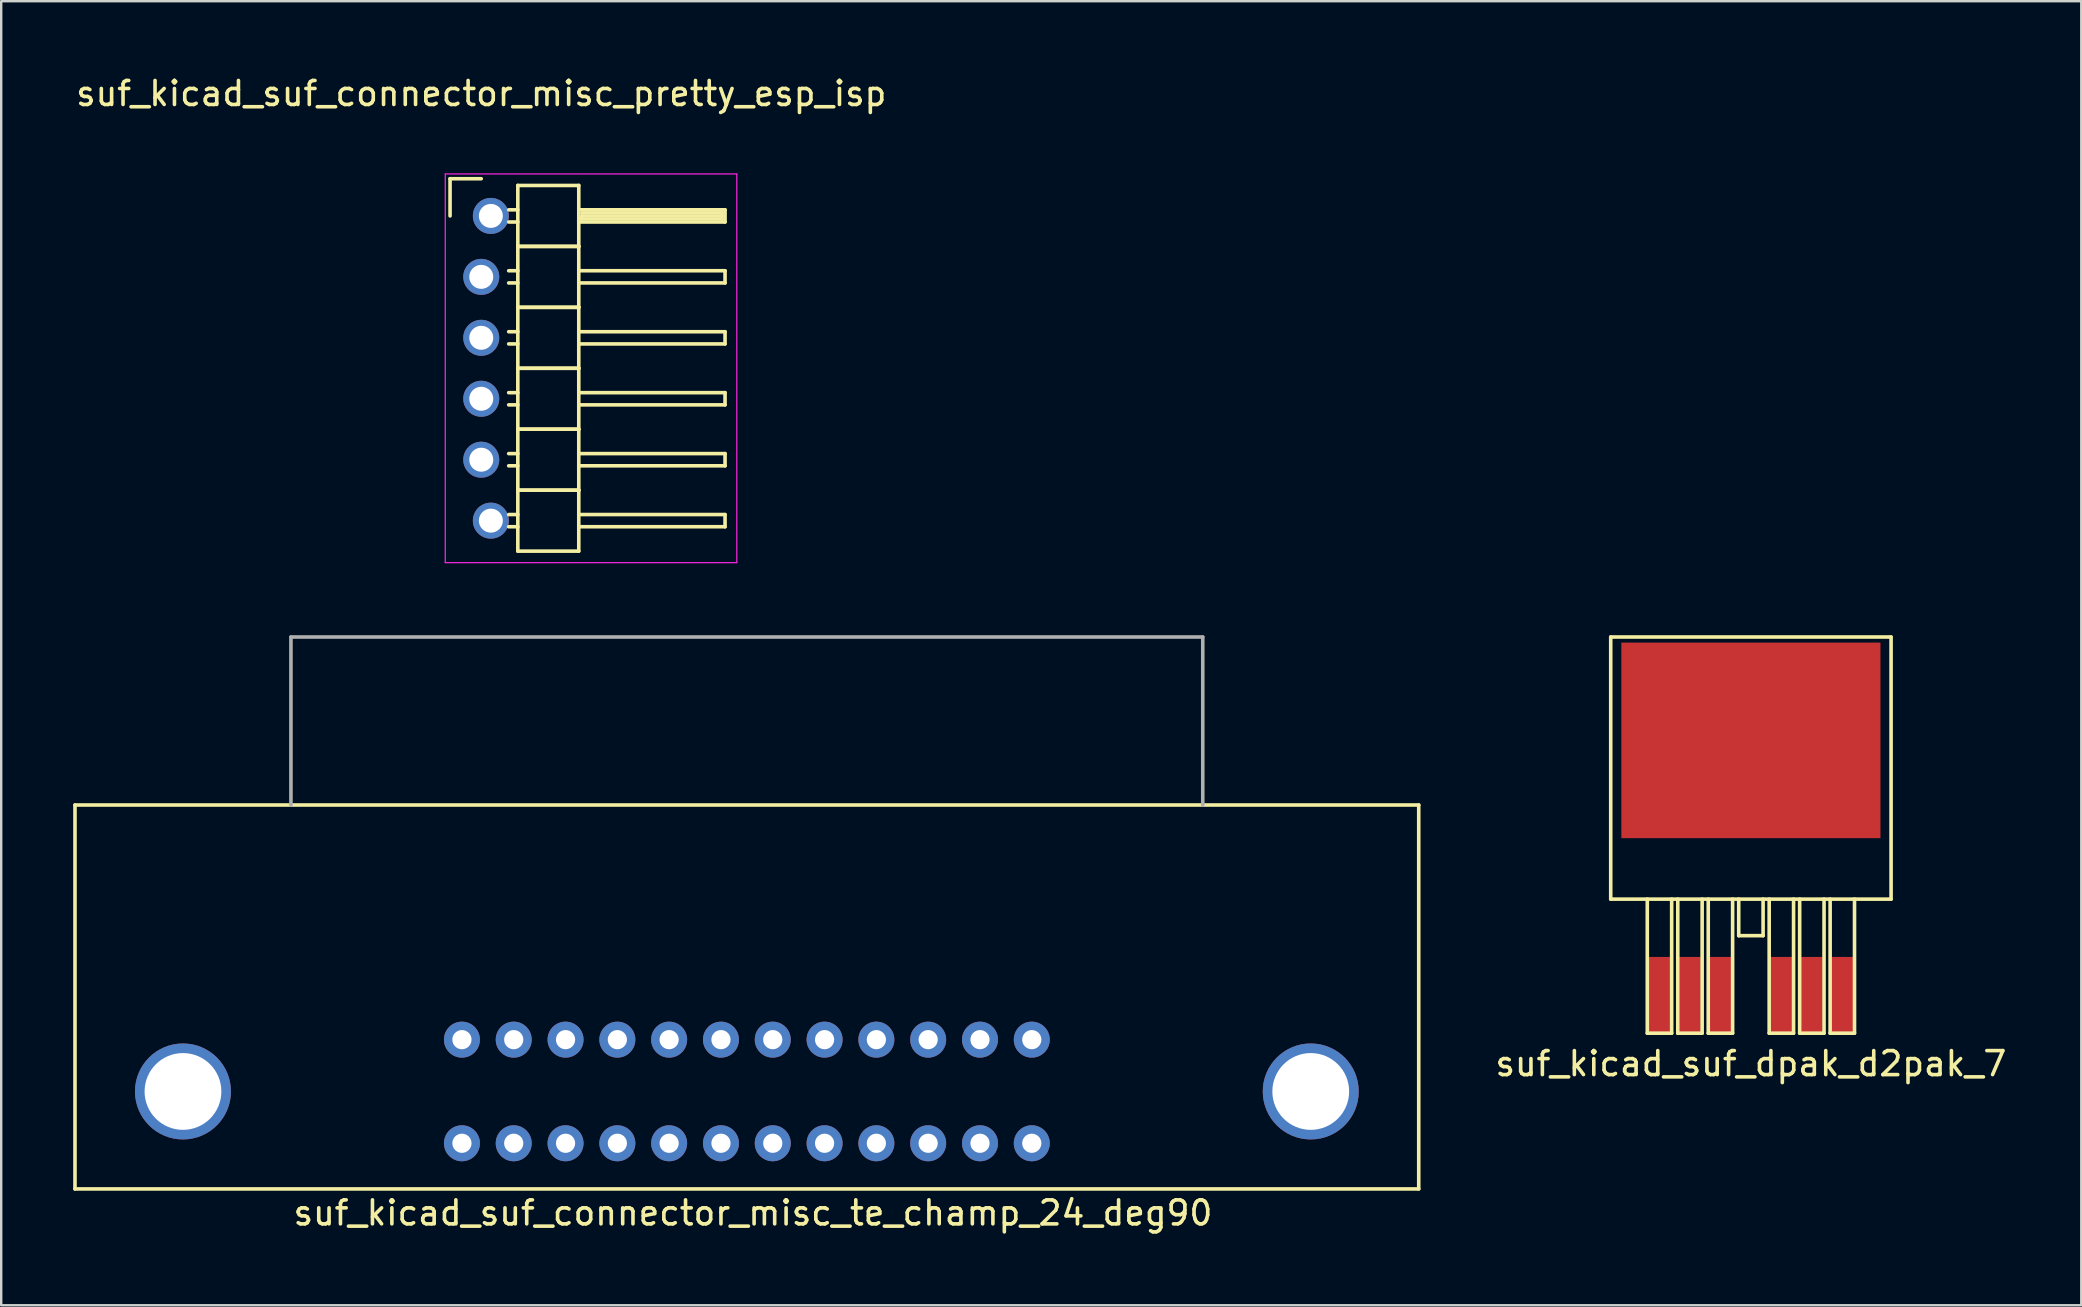
<source format=kicad_pcb>
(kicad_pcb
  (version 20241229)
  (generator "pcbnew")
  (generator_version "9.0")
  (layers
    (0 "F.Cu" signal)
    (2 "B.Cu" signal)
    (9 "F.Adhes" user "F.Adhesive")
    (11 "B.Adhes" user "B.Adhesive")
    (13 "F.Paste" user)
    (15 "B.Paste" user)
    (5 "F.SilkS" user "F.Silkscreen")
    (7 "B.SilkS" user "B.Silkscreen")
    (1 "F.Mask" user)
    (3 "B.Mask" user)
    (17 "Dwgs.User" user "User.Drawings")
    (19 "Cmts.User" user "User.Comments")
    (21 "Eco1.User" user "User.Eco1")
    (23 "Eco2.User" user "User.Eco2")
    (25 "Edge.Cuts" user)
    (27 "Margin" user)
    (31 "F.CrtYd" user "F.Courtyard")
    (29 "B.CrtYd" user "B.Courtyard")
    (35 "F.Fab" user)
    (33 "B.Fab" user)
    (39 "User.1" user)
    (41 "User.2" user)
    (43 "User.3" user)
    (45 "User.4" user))
  (footprint "suf_kicad_suf_dpak_d2pak_7"
    (layer "F.Cu")
    (at 69.918 31.88)
    (property "Reference" "suf_kicad_suf_dpak_d2pak_7" (at 0 9.398 0) (layer "F.SilkS") (effects (font (size 1 1) (thickness 0.15))))
    (attr through_hole)
    (fp_line (start -5.842 -8.382) (end 5.842 -8.382) (stroke (width 0.15) (type solid)) (layer "F.SilkS"))
    (fp_line (start -5.842 2.54) (end -5.842 -8.382) (stroke (width 0.15) (type solid)) (layer "F.SilkS"))
    (fp_line (start -4.318 2.54) (end -4.318 8.128) (stroke (width 0.15) (type solid)) (layer "F.SilkS"))
    (fp_line (start -4.318 8.128) (end -3.302 8.128) (stroke (width 0.15) (type solid)) (layer "F.SilkS"))
    (fp_line (start -3.302 8.128) (end -3.302 2.54) (stroke (width 0.15) (type solid)) (layer "F.SilkS"))
    (fp_line (start -3.048 2.54) (end -3.048 8.128) (stroke (width 0.15) (type solid)) (layer "F.SilkS"))
    (fp_line (start -3.048 8.128) (end -2.032 8.128) (stroke (width 0.15) (type solid)) (layer "F.SilkS"))
    (fp_line (start -2.032 8.128) (end -2.032 2.54) (stroke (width 0.15) (type solid)) (layer "F.SilkS"))
    (fp_line (start -1.778 2.54) (end -1.778 8.128) (stroke (width 0.15) (type solid)) (layer "F.SilkS"))
    (fp_line (start -1.778 8.128) (end -0.762 8.128) (stroke (width 0.15) (type solid)) (layer "F.SilkS"))
    (fp_line (start -0.762 8.128) (end -0.762 2.54) (stroke (width 0.15) (type solid)) (layer "F.SilkS"))
    (fp_line (start -0.508 2.54) (end -0.508 4.064) (stroke (width 0.15) (type solid)) (layer "F.SilkS"))
    (fp_line (start -0.508 4.064) (end 0.508 4.064) (stroke (width 0.15) (type solid)) (layer "F.SilkS"))
    (fp_line (start 0.508 4.064) (end 0.508 2.54) (stroke (width 0.15) (type solid)) (layer "F.SilkS"))
    (fp_line (start 0.762 2.54) (end 0.762 8.128) (stroke (width 0.15) (type solid)) (layer "F.SilkS"))
    (fp_line (start 0.762 8.128) (end 1.778 8.128) (stroke (width 0.15) (type solid)) (layer "F.SilkS"))
    (fp_line (start 1.778 8.128) (end 1.778 2.54) (stroke (width 0.15) (type solid)) (layer "F.SilkS"))
    (fp_line (start 2.032 2.54) (end 2.032 8.128) (stroke (width 0.15) (type solid)) (layer "F.SilkS"))
    (fp_line (start 2.032 8.128) (end 3.048 8.128) (stroke (width 0.15) (type solid)) (layer "F.SilkS"))
    (fp_line (start 3.048 8.128) (end 3.048 2.54) (stroke (width 0.15) (type solid)) (layer "F.SilkS"))
    (fp_line (start 3.302 2.54) (end 3.302 8.128) (stroke (width 0.15) (type solid)) (layer "F.SilkS"))
    (fp_line (start 3.302 8.128) (end 4.318 8.128) (stroke (width 0.15) (type solid)) (layer "F.SilkS"))
    (fp_line (start 4.318 8.128) (end 4.318 2.54) (stroke (width 0.15) (type solid)) (layer "F.SilkS"))
    (fp_line (start 5.842 -8.382) (end 5.842 2.54) (stroke (width 0.15) (type solid)) (layer "F.SilkS"))
    (fp_line (start 5.842 2.54) (end -5.842 2.54) (stroke (width 0.15) (type solid)) (layer "F.SilkS"))
    (pad "1" smd rect (at -3.81 6.55) (size 0.9 3.2) (layers "F.Cu" "F.Mask" "F.Paste"))
    (pad "2" smd rect (at -2.54 6.55) (size 0.9 3.2) (layers "F.Cu" "F.Mask" "F.Paste"))
    (pad "3" smd rect (at -1.27 6.55) (size 0.9 3.2) (layers "F.Cu" "F.Mask" "F.Paste"))
    (pad "4" smd rect (at 0 -4.075) (size 10.8 8.15) (layers "F.Cu" "F.Mask" "F.Paste"))
    (pad "5" smd rect (at 1.27 6.55) (size 0.9 3.2) (layers "F.Cu" "F.Mask" "F.Paste"))
    (pad "6" smd rect (at 2.54 6.55) (size 0.9 3.2) (layers "F.Cu" "F.Mask" "F.Paste"))
    (pad "7" smd rect (at 3.81 6.55) (size 0.9 3.2) (layers "F.Cu" "F.Mask" "F.Paste")))
  (footprint "suf_kicad_suf_connector_misc_te_champ_24_deg90"
    (layer "F.Cu")
    (at 28.075 30.498)
    (property "Reference" "suf_kicad_suf_connector_misc_te_champ_24_deg90" (at 0.254 17 0) (layer "F.SilkS") (effects (font (size 1 1) (thickness 0.15))))
    (attr through_hole)
    (fp_line (start -28 0) (end 28 0) (stroke (width 0.15) (type solid)) (layer "F.SilkS"))
    (fp_line (start -28 16) (end -28 0) (stroke (width 0.15) (type solid)) (layer "F.SilkS"))
    (fp_line (start 28 0) (end 28 16) (stroke (width 0.15) (type solid)) (layer "F.SilkS"))
    (fp_line (start 28 16) (end -28 16) (stroke (width 0.15) (type solid)) (layer "F.SilkS"))
    (fp_line (start -19 -7) (end 19 -7) (stroke (width 0.15) (type solid)) (layer "F.Fab"))
    (fp_line (start -19 0) (end -19 -7) (stroke (width 0.15) (type solid)) (layer "F.Fab"))
    (fp_line (start 19 -7) (end 19 0) (stroke (width 0.15) (type solid)) (layer "F.Fab"))
    (pad "" thru_hole circle (at -23.5 11.938) (size 4 4) (drill 3.2) (layers "*.Cu" "*.Mask"))
    (pad "" thru_hole circle (at 23.5 11.938) (size 4 4) (drill 3.2) (layers "*.Cu" "*.Mask"))
    (pad "1" thru_hole circle (at -11.874 14.097) (size 1.5 1.5) (drill 0.8) (layers "*.Cu" "*.Mask"))
    (pad "2" thru_hole circle (at -9.716 14.097) (size 1.5 1.5) (drill 0.8) (layers "*.Cu" "*.Mask"))
    (pad "3" thru_hole circle (at -7.556 14.097) (size 1.5 1.5) (drill 0.8) (layers "*.Cu" "*.Mask"))
    (pad "4" thru_hole circle (at -5.397 14.097) (size 1.5 1.5) (drill 0.8) (layers "*.Cu" "*.Mask"))
    (pad "5" thru_hole circle (at -3.239 14.097) (size 1.5 1.5) (drill 0.8) (layers "*.Cu" "*.Mask"))
    (pad "6" thru_hole circle (at -1.079 14.097) (size 1.5 1.5) (drill 0.8) (layers "*.Cu" "*.Mask"))
    (pad "7" thru_hole circle (at 1.079 14.097) (size 1.5 1.5) (drill 0.8) (layers "*.Cu" "*.Mask"))
    (pad "8" thru_hole circle (at 3.239 14.097) (size 1.5 1.5) (drill 0.8) (layers "*.Cu" "*.Mask"))
    (pad "9" thru_hole circle (at 5.397 14.097) (size 1.5 1.5) (drill 0.8) (layers "*.Cu" "*.Mask"))
    (pad "10" thru_hole circle (at 7.556 14.097) (size 1.5 1.5) (drill 0.8) (layers "*.Cu" "*.Mask"))
    (pad "11" thru_hole circle (at 9.716 14.097) (size 1.5 1.5) (drill 0.8) (layers "*.Cu" "*.Mask"))
    (pad "12" thru_hole circle (at 11.874 14.097) (size 1.5 1.5) (drill 0.8) (layers "*.Cu" "*.Mask"))
    (pad "13" thru_hole circle (at -11.874 9.779) (size 1.5 1.5) (drill 0.8) (layers "*.Cu" "*.Mask"))
    (pad "14" thru_hole circle (at -9.716 9.779) (size 1.5 1.5) (drill 0.8) (layers "*.Cu" "*.Mask"))
    (pad "15" thru_hole circle (at -7.556 9.779) (size 1.5 1.5) (drill 0.8) (layers "*.Cu" "*.Mask"))
    (pad "16" thru_hole circle (at -5.397 9.779) (size 1.5 1.5) (drill 0.8) (layers "*.Cu" "*.Mask"))
    (pad "17" thru_hole circle (at -3.239 9.779) (size 1.5 1.5) (drill 0.8) (layers "*.Cu" "*.Mask"))
    (pad "18" thru_hole circle (at -1.079 9.779) (size 1.5 1.5) (drill 0.8) (layers "*.Cu" "*.Mask"))
    (pad "19" thru_hole circle (at 1.079 9.779) (size 1.5 1.5) (drill 0.8) (layers "*.Cu" "*.Mask"))
    (pad "20" thru_hole circle (at 3.239 9.779) (size 1.5 1.5) (drill 0.8) (layers "*.Cu" "*.Mask"))
    (pad "21" thru_hole circle (at 5.397 9.779) (size 1.5 1.5) (drill 0.8) (layers "*.Cu" "*.Mask"))
    (pad "22" thru_hole circle (at 7.556 9.779) (size 1.5 1.5) (drill 0.8) (layers "*.Cu" "*.Mask"))
    (pad "23" thru_hole circle (at 9.716 9.779) (size 1.5 1.5) (drill 0.8) (layers "*.Cu" "*.Mask"))
    (pad "24" thru_hole circle (at 11.874 9.779) (size 1.5 1.5) (drill 0.8) (layers "*.Cu" "*.Mask")))
  (footprint "suf_kicad_suf_connector_misc_pretty_esp_isp"
    (layer "F.Cu")
    (at 17.006 5.948)
    (property "Reference" "suf_kicad_suf_connector_misc_pretty_esp_isp" (at 0 -5.1 0) (layer "F.SilkS") (effects (font (size 1 1) (thickness 0.15))))
    (attr through_hole)
    (fp_line (start -1.3 -1.55) (end -1.3 0) (stroke (width 0.15) (type solid)) (layer "F.SilkS"))
    (fp_line (start 0 -1.55) (end -1.3 -1.55) (stroke (width 0.15) (type solid)) (layer "F.SilkS"))
    (fp_line (start 1.524 -1.27) (end 1.524 1.27) (stroke (width 0.15) (type solid)) (layer "F.SilkS"))
    (fp_line (start 1.524 -1.27) (end 4.064 -1.27) (stroke (width 0.15) (type solid)) (layer "F.SilkS"))
    (fp_line (start 1.524 -0.254) (end 1.143 -0.254) (stroke (width 0.15) (type solid)) (layer "F.SilkS"))
    (fp_line (start 1.524 0.254) (end 1.143 0.254) (stroke (width 0.15) (type solid)) (layer "F.SilkS"))
    (fp_line (start 1.524 1.27) (end 1.524 3.81) (stroke (width 0.15) (type solid)) (layer "F.SilkS"))
    (fp_line (start 1.524 1.27) (end 4.064 1.27) (stroke (width 0.15) (type solid)) (layer "F.SilkS"))
    (fp_line (start 1.524 1.27) (end 4.064 1.27) (stroke (width 0.15) (type solid)) (layer "F.SilkS"))
    (fp_line (start 1.524 2.286) (end 1.143 2.286) (stroke (width 0.15) (type solid)) (layer "F.SilkS"))
    (fp_line (start 1.524 2.794) (end 1.143 2.794) (stroke (width 0.15) (type solid)) (layer "F.SilkS"))
    (fp_line (start 1.524 3.81) (end 1.524 6.35) (stroke (width 0.15) (type solid)) (layer "F.SilkS"))
    (fp_line (start 1.524 3.81) (end 4.064 3.81) (stroke (width 0.15) (type solid)) (layer "F.SilkS"))
    (fp_line (start 1.524 3.81) (end 4.064 3.81) (stroke (width 0.15) (type solid)) (layer "F.SilkS"))
    (fp_line (start 1.524 4.826) (end 1.143 4.826) (stroke (width 0.15) (type solid)) (layer "F.SilkS"))
    (fp_line (start 1.524 5.334) (end 1.143 5.334) (stroke (width 0.15) (type solid)) (layer "F.SilkS"))
    (fp_line (start 1.524 6.35) (end 1.524 8.89) (stroke (width 0.15) (type solid)) (layer "F.SilkS"))
    (fp_line (start 1.524 6.35) (end 4.064 6.35) (stroke (width 0.15) (type solid)) (layer "F.SilkS"))
    (fp_line (start 1.524 6.35) (end 4.064 6.35) (stroke (width 0.15) (type solid)) (layer "F.SilkS"))
    (fp_line (start 1.524 7.366) (end 1.143 7.366) (stroke (width 0.15) (type solid)) (layer "F.SilkS"))
    (fp_line (start 1.524 7.874) (end 1.143 7.874) (stroke (width 0.15) (type solid)) (layer "F.SilkS"))
    (fp_line (start 1.524 8.89) (end 1.524 11.43) (stroke (width 0.15) (type solid)) (layer "F.SilkS"))
    (fp_line (start 1.524 8.89) (end 4.064 8.89) (stroke (width 0.15) (type solid)) (layer "F.SilkS"))
    (fp_line (start 1.524 8.89) (end 4.064 8.89) (stroke (width 0.15) (type solid)) (layer "F.SilkS"))
    (fp_line (start 1.524 9.906) (end 1.143 9.906) (stroke (width 0.15) (type solid)) (layer "F.SilkS"))
    (fp_line (start 1.524 10.414) (end 1.143 10.414) (stroke (width 0.15) (type solid)) (layer "F.SilkS"))
    (fp_line (start 1.524 11.43) (end 1.524 13.97) (stroke (width 0.15) (type solid)) (layer "F.SilkS"))
    (fp_line (start 1.524 11.43) (end 4.064 11.43) (stroke (width 0.15) (type solid)) (layer "F.SilkS"))
    (fp_line (start 1.524 11.43) (end 4.064 11.43) (stroke (width 0.15) (type solid)) (layer "F.SilkS"))
    (fp_line (start 1.524 12.446) (end 1.143 12.446) (stroke (width 0.15) (type solid)) (layer "F.SilkS"))
    (fp_line (start 1.524 12.954) (end 1.143 12.954) (stroke (width 0.15) (type solid)) (layer "F.SilkS"))
    (fp_line (start 1.524 13.97) (end 4.064 13.97) (stroke (width 0.15) (type solid)) (layer "F.SilkS"))
    (fp_line (start 4.064 -0.254) (end 10.16 -0.254) (stroke (width 0.15) (type solid)) (layer "F.SilkS"))
    (fp_line (start 4.064 1.27) (end 4.064 -1.27) (stroke (width 0.15) (type solid)) (layer "F.SilkS"))
    (fp_line (start 4.064 2.286) (end 10.16 2.286) (stroke (width 0.15) (type solid)) (layer "F.SilkS"))
    (fp_line (start 4.064 3.81) (end 4.064 1.27) (stroke (width 0.15) (type solid)) (layer "F.SilkS"))
    (fp_line (start 4.064 4.826) (end 10.16 4.826) (stroke (width 0.15) (type solid)) (layer "F.SilkS"))
    (fp_line (start 4.064 6.35) (end 4.064 3.81) (stroke (width 0.15) (type solid)) (layer "F.SilkS"))
    (fp_line (start 4.064 7.366) (end 10.16 7.366) (stroke (width 0.15) (type solid)) (layer "F.SilkS"))
    (fp_line (start 4.064 8.89) (end 4.064 6.35) (stroke (width 0.15) (type solid)) (layer "F.SilkS"))
    (fp_line (start 4.064 9.906) (end 10.16 9.906) (stroke (width 0.15) (type solid)) (layer "F.SilkS"))
    (fp_line (start 4.064 11.43) (end 4.064 8.89) (stroke (width 0.15) (type solid)) (layer "F.SilkS"))
    (fp_line (start 4.064 12.446) (end 10.16 12.446) (stroke (width 0.15) (type solid)) (layer "F.SilkS"))
    (fp_line (start 4.064 13.97) (end 4.064 11.43) (stroke (width 0.15) (type solid)) (layer "F.SilkS"))
    (fp_line (start 4.191 -0.127) (end 10.033 -0.127) (stroke (width 0.15) (type solid)) (layer "F.SilkS"))
    (fp_line (start 4.191 0) (end 10.033 0) (stroke (width 0.15) (type solid)) (layer "F.SilkS"))
    (fp_line (start 4.191 0.127) (end 4.191 0) (stroke (width 0.15) (type solid)) (layer "F.SilkS"))
    (fp_line (start 10.033 -0.127) (end 10.033 0.127) (stroke (width 0.15) (type solid)) (layer "F.SilkS"))
    (fp_line (start 10.033 0.127) (end 4.191 0.127) (stroke (width 0.15) (type solid)) (layer "F.SilkS"))
    (fp_line (start 10.16 -0.254) (end 10.16 0.254) (stroke (width 0.15) (type solid)) (layer "F.SilkS"))
    (fp_line (start 10.16 0.254) (end 4.064 0.254) (stroke (width 0.15) (type solid)) (layer "F.SilkS"))
    (fp_line (start 10.16 2.286) (end 10.16 2.794) (stroke (width 0.15) (type solid)) (layer "F.SilkS"))
    (fp_line (start 10.16 2.794) (end 4.064 2.794) (stroke (width 0.15) (type solid)) (layer "F.SilkS"))
    (fp_line (start 10.16 4.826) (end 10.16 5.334) (stroke (width 0.15) (type solid)) (layer "F.SilkS"))
    (fp_line (start 10.16 5.334) (end 4.064 5.334) (stroke (width 0.15) (type solid)) (layer "F.SilkS"))
    (fp_line (start 10.16 7.366) (end 10.16 7.874) (stroke (width 0.15) (type solid)) (layer "F.SilkS"))
    (fp_line (start 10.16 7.874) (end 4.064 7.874) (stroke (width 0.15) (type solid)) (layer "F.SilkS"))
    (fp_line (start 10.16 9.906) (end 10.16 10.414) (stroke (width 0.15) (type solid)) (layer "F.SilkS"))
    (fp_line (start 10.16 10.414) (end 4.064 10.414) (stroke (width 0.15) (type solid)) (layer "F.SilkS"))
    (fp_line (start 10.16 12.446) (end 10.16 12.954) (stroke (width 0.15) (type solid)) (layer "F.SilkS"))
    (fp_line (start 10.16 12.954) (end 4.064 12.954) (stroke (width 0.15) (type solid)) (layer "F.SilkS"))
    (fp_line (start -1.5 -1.75) (end -1.5 14.45) (stroke (width 0.05) (type solid)) (layer "F.CrtYd"))
    (fp_line (start -1.5 -1.75) (end 10.65 -1.75) (stroke (width 0.05) (type solid)) (layer "F.CrtYd"))
    (fp_line (start -1.5 14.45) (end 10.65 14.45) (stroke (width 0.05) (type solid)) (layer "F.CrtYd"))
    (fp_line (start 10.65 -1.75) (end 10.65 14.45) (stroke (width 0.05) (type solid)) (layer "F.CrtYd"))
    (pad "1" thru_hole circle (at 0.4 0) (size 1.5 1.5) (drill 1) (layers "*.Cu" "*.Mask"))
    (pad "2" thru_hole circle (at 0 2.54) (size 1.5 1.5) (drill 1) (layers "*.Cu" "*.Mask"))
    (pad "3" thru_hole circle (at 0 5.08) (size 1.5 1.5) (drill 1) (layers "*.Cu" "*.Mask"))
    (pad "4" thru_hole circle (at 0 7.62) (size 1.5 1.5) (drill 1) (layers "*.Cu" "*.Mask"))
    (pad "5" thru_hole circle (at 0 10.16) (size 1.5 1.5) (drill 1) (layers "*.Cu" "*.Mask"))
    (pad "6" thru_hole circle (at 0.4 12.7) (size 1.5 1.5) (drill 1) (layers "*.Cu" "*.Mask")))
  (gr_rect
    (start -3 -3)
    (end 83.686 51.346)
    (stroke (width 0.1) (type default))
    (fill no)
    (layer "Edge.Cuts")))
</source>
